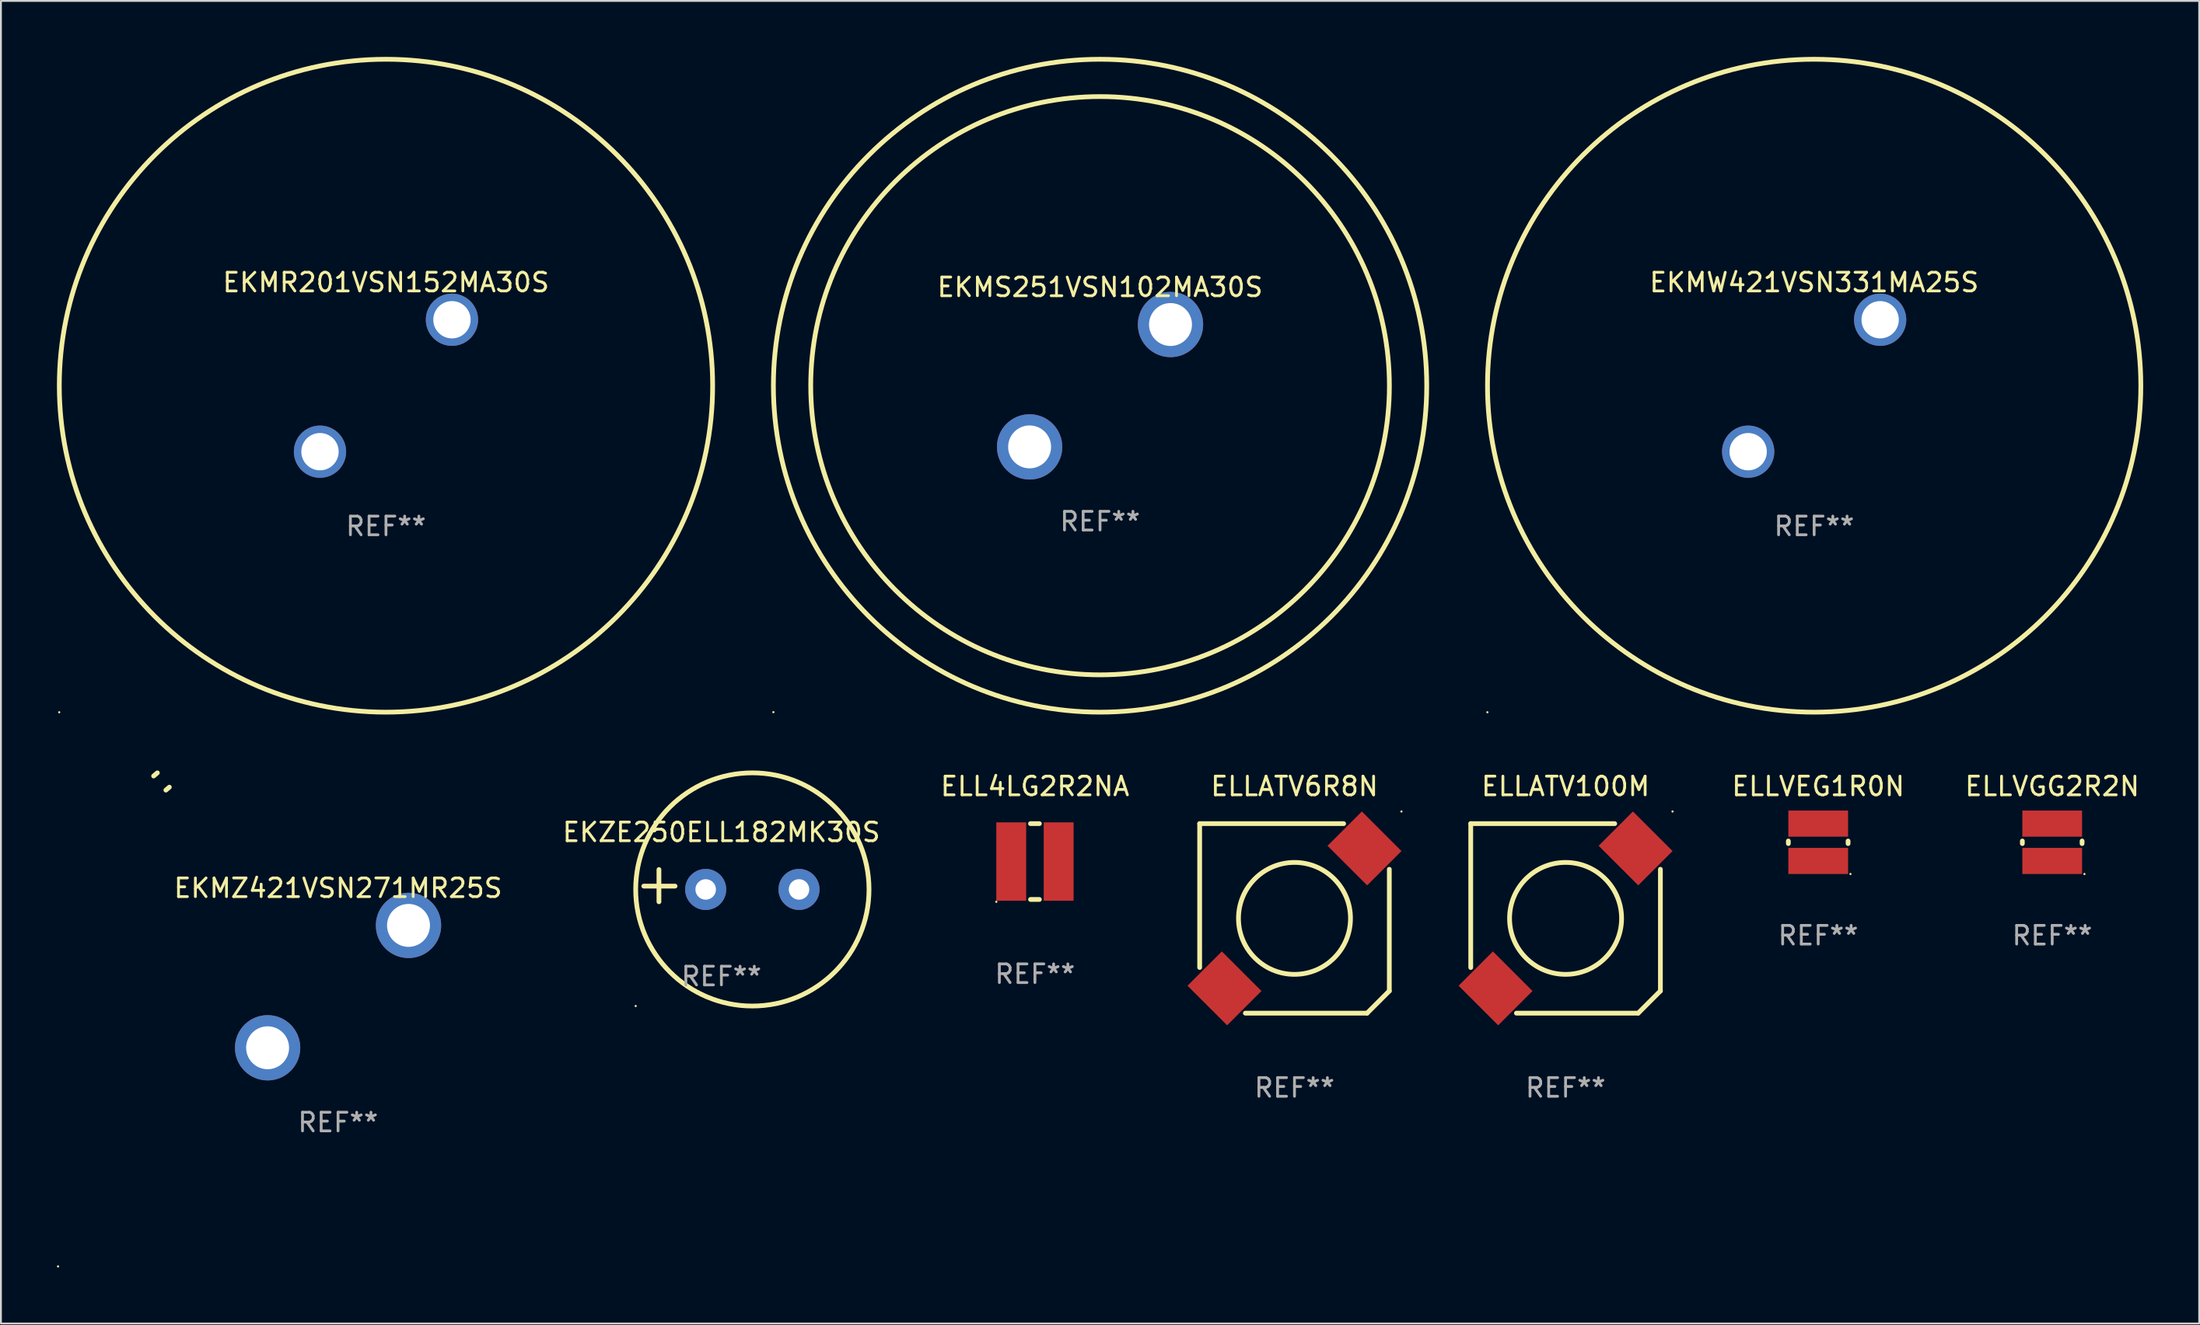
<source format=kicad_pcb>
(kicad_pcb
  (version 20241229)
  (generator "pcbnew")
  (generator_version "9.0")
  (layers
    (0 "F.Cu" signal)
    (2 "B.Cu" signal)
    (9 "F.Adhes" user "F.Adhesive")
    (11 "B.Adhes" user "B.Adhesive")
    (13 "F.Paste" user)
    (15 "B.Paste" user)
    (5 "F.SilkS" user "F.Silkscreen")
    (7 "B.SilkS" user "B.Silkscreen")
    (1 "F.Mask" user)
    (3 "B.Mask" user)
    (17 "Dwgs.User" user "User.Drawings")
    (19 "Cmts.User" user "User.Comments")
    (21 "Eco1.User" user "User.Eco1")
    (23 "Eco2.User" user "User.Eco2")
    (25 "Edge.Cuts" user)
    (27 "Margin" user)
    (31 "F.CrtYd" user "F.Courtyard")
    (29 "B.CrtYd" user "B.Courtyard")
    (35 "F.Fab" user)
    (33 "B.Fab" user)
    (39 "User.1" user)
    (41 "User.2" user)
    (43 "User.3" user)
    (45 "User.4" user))
  (footprint "EKMZ421VSN271MR25S"
    (layer "F.Cu")
    (at 15.06 49.839)
    (property "Reference" "EKMZ421VSN271MR25S" (at 0 -5.28 0) (layer "F.SilkS") (effects (font (size 1 1) (thickness 0.15))))
    (attr through_hole)
    (fp_arc (start -9.880163 -11.288367) (mid -9.781129 -11.37384) (end -9.681052 -11.45809) (stroke (width 0.254001) (type solid)) (layer "F.SilkS"))
    (fp_arc (start -9.223597 -10.533071) (mid -9.131245 -10.612672) (end -9.037923 -10.691135) (stroke (width 0.254001) (type solid)) (layer "F.SilkS"))
    (fp_circle (center -15 15) (end -14.97 15) (stroke (width 0.06) (type solid)) (fill no) (layer "F.SilkS"))
    (fp_text user "-" (at 3.791 -0.019 0) (layer "B.Mask") (effects (font (size 1 1) (thickness 0.15))))
    (fp_text user "+" (at -2.209 6.481 0) (layer "B.Mask") (effects (font (size 1 1) (thickness 0.15))))
    (fp_text user "REF**" (at 0 7.28 0) (layer "F.Fab") (effects (font (size 1 1) (thickness 0.15))))
    (pad "1" thru_hole circle (at -3.774 3.28) (size 3.5 3.5) (drill 2.3) (layers "*.Cu" "*.Mask"))
    (pad "2" thru_hole circle (at 3.774 -3.28) (size 3.5 3.5) (drill 2.3) (layers "*.Cu" "*.Mask")))
  (footprint "ELL4LG2R2NA"
    (layer "F.Cu")
    (at 52.393 43.135)
    (property "Reference" "ELL4LG2R2NA" (at 0 -4.032 0) (layer "F.SilkS") (effects (font (size 1 1) (thickness 0.15))))
    (attr through_hole)
    (fp_line (start -0.239 -2.032) (end 0.239 -2.032) (stroke (width 0.254) (type solid)) (layer "F.SilkS"))
    (fp_line (start -0.239 2.032) (end 0.239 2.032) (stroke (width 0.254) (type solid)) (layer "F.SilkS"))
    (fp_circle (center -2.07 2.159) (end -2.04 2.159) (stroke (width 0.06) (type solid)) (fill no) (layer "F.SilkS"))
    (fp_text user "REF**" (at 0 6.032 0) (layer "F.Fab") (effects (font (size 1 1) (thickness 0.15))))
    (pad "1" smd rect (at -1.27 0 90) (size 4.2 1.6) (layers "F.Cu" "F.Mask" "F.Paste"))
    (pad "2" smd rect (at 1.27 0 90) (size 4.2 1.6) (layers "F.Cu" "F.Mask" "F.Paste")))
  (footprint "EKMR201VSN152MA30S"
    (layer "F.Cu")
    (at 17.627 17.627)
    (property "Reference" "EKMR201VSN152MA30S" (at 0 -5.536 0) (layer "F.SilkS") (effects (font (size 1 1) (thickness 0.15))))
    (attr through_hole)
    (fp_circle (center -17.505 17.505) (end -17.475 17.505) (stroke (width 0.06) (type solid)) (fill no) (layer "F.SilkS"))
    (fp_circle (center 0 -0.000127) (end 17.5 -0.000127) (stroke (width 0.254) (type solid)) (fill no) (layer "F.SilkS"))
    (fp_text user "REF**" (at 0 7.536 0) (layer "F.Fab") (effects (font (size 1 1) (thickness 0.15))))
    (pad "1" thru_hole circle (at -3.535 3.536) (size 2.8 2.8) (drill 2) (layers "*.Cu" "*.Mask"))
    (pad "2" thru_hole circle (at 3.535 -3.536) (size 2.8 2.8) (drill 2) (layers "*.Cu" "*.Mask")))
  (footprint "ELLVEG1R0N"
    (layer "F.Cu")
    (at 94.353 42.103)
    (property "Reference" "ELLVEG1R0N" (at 0 -3 0) (layer "F.SilkS") (effects (font (size 1 1) (thickness 0.15))))
    (attr through_hole)
    (fp_line (start -1.6 -0.069) (end -1.6 0.069) (stroke (width 0.254) (type solid)) (layer "F.SilkS"))
    (fp_line (start 1.6 -0.069) (end 1.6 0.069) (stroke (width 0.254) (type solid)) (layer "F.SilkS"))
    (fp_circle (center 1.727 1.7) (end 1.757 1.7) (stroke (width 0.06) (type solid)) (fill no) (layer "F.SilkS"))
    (fp_text user "REF**" (at 0 5 0) (layer "F.Fab") (effects (font (size 1 1) (thickness 0.15))))
    (pad "1" smd rect (at 0 1 180) (size 3.2 1.4) (layers "F.Cu" "F.Mask" "F.Paste"))
    (pad "2" smd rect (at 0 -1 180) (size 3.2 1.4) (layers "F.Cu" "F.Mask" "F.Paste")))
  (footprint "EKMW421VSN331MA25S"
    (layer "F.Cu")
    (at 94.136 17.627)
    (property "Reference" "EKMW421VSN331MA25S" (at 0 -5.536 0) (layer "F.SilkS") (effects (font (size 1 1) (thickness 0.15))))
    (attr through_hole)
    (fp_circle (center -17.505 17.505) (end -17.475 17.505) (stroke (width 0.06) (type solid)) (fill no) (layer "F.SilkS"))
    (fp_circle (center 0 -0.000127) (end 17.5 -0.000127) (stroke (width 0.254) (type solid)) (fill no) (layer "F.SilkS"))
    (fp_text user "REF**" (at 0 7.536 0) (layer "F.Fab") (effects (font (size 1 1) (thickness 0.15))))
    (pad "1" thru_hole circle (at -3.535 3.536) (size 2.8 2.8) (drill 2) (layers "*.Cu" "*.Mask"))
    (pad "2" thru_hole circle (at 3.535 -3.536) (size 2.8 2.8) (drill 2) (layers "*.Cu" "*.Mask")))
  (footprint "EKMS251VSN102MA30S"
    (layer "F.Cu")
    (at 55.881 17.627)
    (property "Reference" "EKMS251VSN102MA30S" (at 0 -5.28 0) (layer "F.SilkS") (effects (font (size 1 1) (thickness 0.15))))
    (attr through_hole)
    (fp_circle (center -17.5 17.5) (end -17.47 17.5) (stroke (width 0.06) (type solid)) (fill no) (layer "F.SilkS"))
    (fp_circle (center 0.000127 0) (end 15.5 0) (stroke (width 0.254) (type solid)) (fill no) (layer "F.SilkS"))
    (fp_circle (center 0.000127 0) (end 17.5 0) (stroke (width 0.254) (type solid)) (fill no) (layer "F.SilkS"))
    (fp_text user "+" (at -2.209 6.481 0) (layer "B.Mask") (effects (font (size 1 1) (thickness 0.15))))
    (fp_text user "-" (at 3.792 -0.019 0) (layer "B.Mask") (effects (font (size 1 1) (thickness 0.15))))
    (fp_text user "REF**" (at 0 7.28 0) (layer "F.Fab") (effects (font (size 1 1) (thickness 0.15))))
    (pad "1" thru_hole circle (at -3.774 3.28) (size 3.5 3.5) (drill 2.3) (layers "*.Cu" "*.Mask"))
    (pad "2" thru_hole circle (at 3.774 -3.28) (size 3.5 3.5) (drill 2.3) (layers "*.Cu" "*.Mask")))
  (footprint "ELLATV100M"
    (layer "F.Cu")
    (at 80.819 46.183)
    (property "Reference" "ELLATV100M" (at 0 -7.08 0) (layer "F.SilkS") (effects (font (size 1 1) (thickness 0.15))))
    (attr through_hole)
    (fp_line (start -5.08 -5.08) (end -5.08 2.633) (stroke (width 0.254) (type solid)) (layer "F.SilkS"))
    (fp_line (start -2.633 5.08) (end 3.89 5.08) (stroke (width 0.254) (type solid)) (layer "F.SilkS"))
    (fp_line (start 2.633 -5.08) (end -5.08 -5.08) (stroke (width 0.254) (type solid)) (layer "F.SilkS"))
    (fp_line (start 3.89 5.08) (end 5.08 3.89) (stroke (width 0.254) (type solid)) (layer "F.SilkS"))
    (fp_line (start 5.08 3.89) (end 5.08 -2.633) (stroke (width 0.254) (type solid)) (layer "F.SilkS"))
    (fp_circle (center 0 0) (end 3 0) (stroke (width 0.254) (type solid)) (fill no) (layer "F.SilkS"))
    (fp_circle (center 5.731 -5.731) (end 5.761 -5.731) (stroke (width 0.06) (type solid)) (fill no) (layer "F.SilkS"))
    (fp_text user "REF**" (at 0 9.08 0) (layer "F.Fab") (effects (font (size 1 1) (thickness 0.15))))
    (pad "1" smd rect (at 3.751 -3.751 135) (size 3 2.6) (layers "F.Cu" "F.Mask" "F.Paste"))
    (pad "2" smd rect (at -3.751 3.751 315) (size 3 2.6) (layers "F.Cu" "F.Mask" "F.Paste")))
  (footprint "ELLVGG2R2N"
    (layer "F.Cu")
    (at 106.889 42.103)
    (property "Reference" "ELLVGG2R2N" (at 0 -3 0) (layer "F.SilkS") (effects (font (size 1 1) (thickness 0.15))))
    (attr through_hole)
    (fp_line (start -1.6 -0.069) (end -1.6 0.069) (stroke (width 0.254) (type solid)) (layer "F.SilkS"))
    (fp_line (start 1.6 -0.069) (end 1.6 0.069) (stroke (width 0.254) (type solid)) (layer "F.SilkS"))
    (fp_circle (center 1.727 1.7) (end 1.757 1.7) (stroke (width 0.06) (type solid)) (fill no) (layer "F.SilkS"))
    (fp_text user "REF**" (at 0 5 0) (layer "F.Fab") (effects (font (size 1 1) (thickness 0.15))))
    (pad "1" smd rect (at 0 1 180) (size 3.2 1.4) (layers "F.Cu" "F.Mask" "F.Paste"))
    (pad "2" smd rect (at 0 -1 180) (size 3.2 1.4) (layers "F.Cu" "F.Mask" "F.Paste")))
  (footprint "ELLATV6R8N"
    (layer "F.Cu")
    (at 66.297 46.183)
    (property "Reference" "ELLATV6R8N" (at 0 -7.08 0) (layer "F.SilkS") (effects (font (size 1 1) (thickness 0.15))))
    (attr through_hole)
    (fp_line (start -5.08 -5.08) (end -5.08 2.633) (stroke (width 0.254) (type solid)) (layer "F.SilkS"))
    (fp_line (start -2.633 5.08) (end 3.89 5.08) (stroke (width 0.254) (type solid)) (layer "F.SilkS"))
    (fp_line (start 2.633 -5.08) (end -5.08 -5.08) (stroke (width 0.254) (type solid)) (layer "F.SilkS"))
    (fp_line (start 3.89 5.08) (end 5.08 3.89) (stroke (width 0.254) (type solid)) (layer "F.SilkS"))
    (fp_line (start 5.08 3.89) (end 5.08 -2.633) (stroke (width 0.254) (type solid)) (layer "F.SilkS"))
    (fp_circle (center 0 0) (end 3 0) (stroke (width 0.254) (type solid)) (fill no) (layer "F.SilkS"))
    (fp_circle (center 5.731 -5.731) (end 5.761 -5.731) (stroke (width 0.06) (type solid)) (fill no) (layer "F.SilkS"))
    (fp_text user "REF**" (at 0 9.08 0) (layer "F.Fab") (effects (font (size 1 1) (thickness 0.15))))
    (pad "1" smd rect (at 3.751 -3.751 135) (size 3 2.6) (layers "F.Cu" "F.Mask" "F.Paste"))
    (pad "2" smd rect (at -3.751 3.751 315) (size 3 2.6) (layers "F.Cu" "F.Mask" "F.Paste")))
  (footprint "EKZE250ELL182MK30S"
    (layer "F.Cu")
    (at 35.596 44.428)
    (property "Reference" "EKZE250ELL182MK30S" (at 0 -2.864 0) (layer "F.SilkS") (effects (font (size 1 1) (thickness 0.15))))
    (attr through_hole)
    (fp_line (start -3.346 0.864) (end -3.346 -0.864) (stroke (width 0.254) (type solid)) (layer "F.SilkS"))
    (fp_line (start -2.482 0.025) (end -4.158 0.025) (stroke (width 0.254) (type solid)) (layer "F.SilkS"))
    (fp_circle (center -4.592 6.453) (end -4.562 6.453) (stroke (width 0.06) (type solid)) (fill no) (layer "F.SilkS"))
    (fp_circle (center 1.658 0.203) (end 7.908 0.203) (stroke (width 0.254) (type solid)) (fill no) (layer "F.SilkS"))
    (fp_text user "REF**" (at 0 4.864 0) (layer "F.Fab") (effects (font (size 1 1) (thickness 0.15))))
    (pad "1" thru_hole circle (at -0.842 0.203) (size 2.2 2.2) (drill 1.1) (layers "*.Cu" "*.Mask"))
    (pad "2" thru_hole circle (at 4.158 0.203) (size 2.2 2.2) (drill 1.1) (layers "*.Cu" "*.Mask")))
  (gr_rect
    (start -3 -3)
    (end 114.763 67.899)
    (stroke (width 0.1) (type default))
    (fill no)
    (layer "Edge.Cuts")))
</source>
